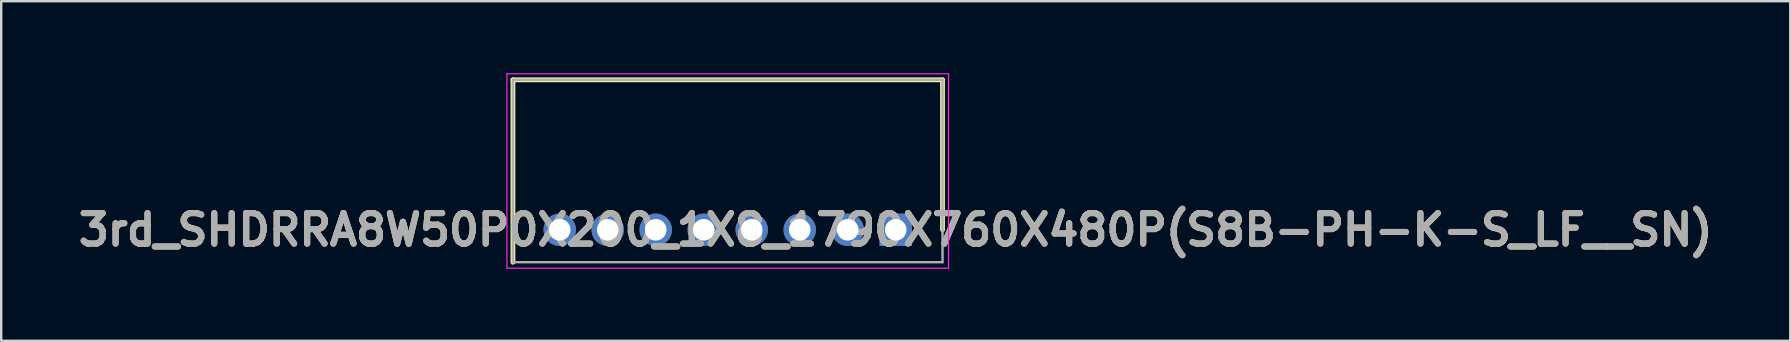
<source format=kicad_pcb>
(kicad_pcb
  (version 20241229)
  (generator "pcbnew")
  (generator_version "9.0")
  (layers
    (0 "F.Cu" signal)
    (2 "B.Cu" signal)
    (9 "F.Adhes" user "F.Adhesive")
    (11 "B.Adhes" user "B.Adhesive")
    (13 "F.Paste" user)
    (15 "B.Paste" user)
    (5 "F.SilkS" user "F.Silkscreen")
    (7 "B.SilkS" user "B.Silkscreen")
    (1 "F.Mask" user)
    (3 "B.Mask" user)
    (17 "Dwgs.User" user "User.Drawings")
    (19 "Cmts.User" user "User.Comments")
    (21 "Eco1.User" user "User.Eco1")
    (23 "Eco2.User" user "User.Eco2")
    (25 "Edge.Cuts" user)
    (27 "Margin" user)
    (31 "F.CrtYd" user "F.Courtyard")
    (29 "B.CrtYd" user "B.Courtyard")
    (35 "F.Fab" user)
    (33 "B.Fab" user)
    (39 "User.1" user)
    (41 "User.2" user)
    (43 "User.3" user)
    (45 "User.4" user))
  (footprint "3rd_SHDRRA8W50P0X200_1X8_1790X760X480P(S8B-PH-K-S_LF__SN)"
    (layer "F.Cu")
    (at 34.272 6.525)
    (property "Reference" "3rd_SHDRRA8W50P0X200_1X8_1790X760X480P(S8B-PH-K-S_LF__SN)" (at 0 0 0) (layer "F.SilkS") (effects (font (size 1.27 1.27) (thickness 0.254))))
    (attr through_hole)
    (fp_line (start -15.95 -6.25) (end -15.95 1.35) (stroke (width 0.2) (type solid)) (layer "F.SilkS"))
    (fp_line (start 1.95 -6.25) (end -15.95 -6.25) (stroke (width 0.2) (type solid)) (layer "F.SilkS"))
    (fp_line (start 1.95 0) (end 1.95 -6.25) (stroke (width 0.2) (type solid)) (layer "F.SilkS"))
    (fp_line (start -16.2 -6.5) (end 2.2 -6.5) (stroke (width 0.05) (type solid)) (layer "F.CrtYd"))
    (fp_line (start -16.2 1.6) (end -16.2 -6.5) (stroke (width 0.05) (type solid)) (layer "F.CrtYd"))
    (fp_line (start 2.2 -6.5) (end 2.2 1.6) (stroke (width 0.05) (type solid)) (layer "F.CrtYd"))
    (fp_line (start 2.2 1.6) (end -16.2 1.6) (stroke (width 0.05) (type solid)) (layer "F.CrtYd"))
    (fp_line (start -15.95 -6.25) (end 1.95 -6.25) (stroke (width 0.1) (type solid)) (layer "F.Fab"))
    (fp_line (start -15.95 1.35) (end -15.95 -6.25) (stroke (width 0.1) (type solid)) (layer "F.Fab"))
    (fp_line (start 1.95 -6.25) (end 1.95 1.35) (stroke (width 0.1) (type solid)) (layer "F.Fab"))
    (fp_line (start 1.95 1.35) (end -15.95 1.35) (stroke (width 0.1) (type solid)) (layer "F.Fab"))
    (fp_text user "${REFERENCE}" (at 0 0 0) (layer "F.Fab") (effects (font (size 1.27 1.27) (thickness 0.254))))
    (pad "1" thru_hole rect (at 0 0) (size 1.35 1.35) (drill 0.9) (layers "*.Cu" "*.Mask"))
    (pad "2" thru_hole circle (at -2 0) (size 1.35 1.35) (drill 0.9) (layers "*.Cu" "*.Mask"))
    (pad "3" thru_hole circle (at -4 0) (size 1.35 1.35) (drill 0.9) (layers "*.Cu" "*.Mask"))
    (pad "4" thru_hole circle (at -6 0) (size 1.35 1.35) (drill 0.9) (layers "*.Cu" "*.Mask"))
    (pad "5" thru_hole circle (at -8 0) (size 1.35 1.35) (drill 0.9) (layers "*.Cu" "*.Mask"))
    (pad "6" thru_hole circle (at -10 0) (size 1.35 1.35) (drill 0.9) (layers "*.Cu" "*.Mask"))
    (pad "7" thru_hole circle (at -12 0) (size 1.35 1.35) (drill 0.9) (layers "*.Cu" "*.Mask"))
    (pad "8" thru_hole circle (at -14 0) (size 1.35 1.35) (drill 0.9) (layers "*.Cu" "*.Mask")))
  (gr_rect
    (start -3 -3)
    (end 71.544 11.15)
    (stroke (width 0.1) (type default))
    (fill no)
    (layer "Edge.Cuts")))
</source>
